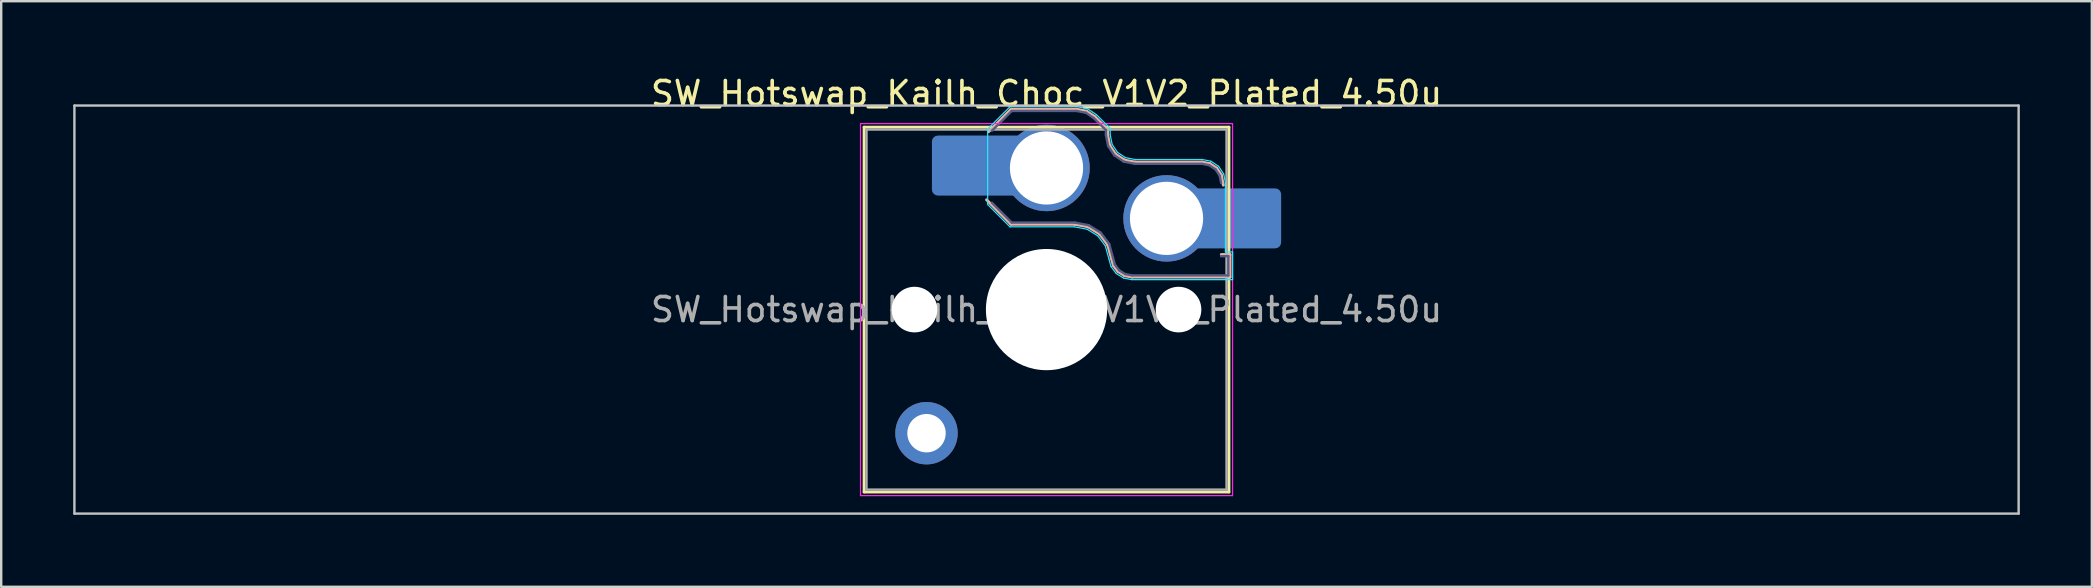
<source format=kicad_pcb>
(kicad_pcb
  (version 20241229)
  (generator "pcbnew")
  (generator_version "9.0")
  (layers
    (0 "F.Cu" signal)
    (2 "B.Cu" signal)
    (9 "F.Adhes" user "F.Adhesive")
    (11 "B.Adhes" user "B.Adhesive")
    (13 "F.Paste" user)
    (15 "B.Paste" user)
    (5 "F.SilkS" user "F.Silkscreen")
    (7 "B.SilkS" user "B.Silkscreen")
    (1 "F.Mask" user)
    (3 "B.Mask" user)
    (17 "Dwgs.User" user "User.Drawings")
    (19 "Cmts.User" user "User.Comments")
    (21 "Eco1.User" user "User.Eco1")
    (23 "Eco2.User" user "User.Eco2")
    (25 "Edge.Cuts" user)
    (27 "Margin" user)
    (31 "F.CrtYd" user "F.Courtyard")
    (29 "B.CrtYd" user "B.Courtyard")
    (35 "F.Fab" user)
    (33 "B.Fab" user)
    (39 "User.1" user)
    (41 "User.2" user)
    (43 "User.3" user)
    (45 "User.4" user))
  (footprint "SW_Hotswap_Kailh_Choc_V1V2_Plated_4.50u"
    (layer "F.Cu")
    (at 40.55 9.848)
    (property "Reference" "SW_Hotswap_Kailh_Choc_V1V2_Plated_4.50u" (at 0 -9 0) (layer "F.SilkS") (effects (font (size 1 1) (thickness 0.15))))
    (attr smd)
    (fp_line (start -7.6 -7.6) (end -7.6 7.6) (stroke (width 0.12) (type solid)) (layer "F.SilkS"))
    (fp_line (start -7.6 7.6) (end 7.6 7.6) (stroke (width 0.12) (type solid)) (layer "F.SilkS"))
    (fp_line (start 7.6 -7.6) (end -7.6 -7.6) (stroke (width 0.12) (type solid)) (layer "F.SilkS"))
    (fp_line (start 7.6 7.6) (end 7.6 -7.6) (stroke (width 0.12) (type solid)) (layer "F.SilkS"))
    (fp_line (start -2.416 -7.409) (end -1.479 -8.346) (stroke (width 0.12) (type solid)) (layer "B.SilkS"))
    (fp_line (start -1.479 -8.346) (end 1.268 -8.346) (stroke (width 0.12) (type solid)) (layer "B.SilkS"))
    (fp_line (start -1.479 -3.554) (end -2.5 -4.575) (stroke (width 0.12) (type solid)) (layer "B.SilkS"))
    (fp_line (start 1.168 -3.554) (end -1.479 -3.554) (stroke (width 0.12) (type solid)) (layer "B.SilkS"))
    (fp_line (start 1.268 -8.346) (end 1.671 -8.266) (stroke (width 0.12) (type solid)) (layer "B.SilkS"))
    (fp_line (start 1.671 -8.266) (end 2.013 -8.037) (stroke (width 0.12) (type solid)) (layer "B.SilkS"))
    (fp_line (start 1.73 -3.449) (end 1.168 -3.554) (stroke (width 0.12) (type solid)) (layer "B.SilkS"))
    (fp_line (start 2.013 -8.037) (end 2.546 -7.504) (stroke (width 0.12) (type solid)) (layer "B.SilkS"))
    (fp_line (start 2.209 -3.15) (end 1.73 -3.449) (stroke (width 0.12) (type solid)) (layer "B.SilkS"))
    (fp_line (start 2.546 -7.504) (end 2.546 -7.282) (stroke (width 0.12) (type solid)) (layer "B.SilkS"))
    (fp_line (start 2.546 -7.282) (end 2.633 -6.844) (stroke (width 0.12) (type solid)) (layer "B.SilkS"))
    (fp_line (start 2.547 -2.697) (end 2.209 -3.15) (stroke (width 0.12) (type solid)) (layer "B.SilkS"))
    (fp_line (start 2.633 -6.844) (end 2.877 -6.477) (stroke (width 0.12) (type solid)) (layer "B.SilkS"))
    (fp_line (start 2.701 -2.139) (end 2.547 -2.697) (stroke (width 0.12) (type solid)) (layer "B.SilkS"))
    (fp_line (start 2.783 -1.841) (end 2.701 -2.139) (stroke (width 0.12) (type solid)) (layer "B.SilkS"))
    (fp_line (start 2.877 -6.477) (end 3.244 -6.233) (stroke (width 0.12) (type solid)) (layer "B.SilkS"))
    (fp_line (start 2.976 -1.583) (end 2.783 -1.841) (stroke (width 0.12) (type solid)) (layer "B.SilkS"))
    (fp_line (start 3.244 -6.233) (end 3.682 -6.146) (stroke (width 0.12) (type solid)) (layer "B.SilkS"))
    (fp_line (start 3.25 -1.413) (end 2.976 -1.583) (stroke (width 0.12) (type solid)) (layer "B.SilkS"))
    (fp_line (start 3.56 -1.354) (end 3.25 -1.413) (stroke (width 0.12) (type solid)) (layer "B.SilkS"))
    (fp_line (start 3.682 -6.146) (end 6.482 -6.146) (stroke (width 0.12) (type solid)) (layer "B.SilkS"))
    (fp_line (start 6.482 -6.146) (end 6.809 -6.081) (stroke (width 0.12) (type solid)) (layer "B.SilkS"))
    (fp_line (start 6.809 -6.081) (end 7.092 -5.892) (stroke (width 0.12) (type solid)) (layer "B.SilkS"))
    (fp_line (start 7.092 -5.892) (end 7.281 -5.609) (stroke (width 0.12) (type solid)) (layer "B.SilkS"))
    (fp_line (start 7.281 -5.609) (end 7.366 -5.182) (stroke (width 0.12) (type solid)) (layer "B.SilkS"))
    (fp_line (start 7.283 -2.296) (end 7.646 -2.296) (stroke (width 0.12) (type solid)) (layer "B.SilkS"))
    (fp_line (start 7.646 -2.296) (end 7.646 -1.354) (stroke (width 0.12) (type solid)) (layer "B.SilkS"))
    (fp_line (start 7.646 -1.354) (end 3.56 -1.354) (stroke (width 0.12) (type solid)) (layer "B.SilkS"))
    (fp_line (start -40.5 -8.5) (end -40.5 8.5) (stroke (width 0.1) (type solid)) (layer "Dwgs.User"))
    (fp_line (start -40.5 8.5) (end 40.5 8.5) (stroke (width 0.1) (type solid)) (layer "Dwgs.User"))
    (fp_line (start 40.5 -8.5) (end -40.5 -8.5) (stroke (width 0.1) (type solid)) (layer "Dwgs.User"))
    (fp_line (start 40.5 8.5) (end 40.5 -8.5) (stroke (width 0.1) (type solid)) (layer "Dwgs.User"))
    (fp_line (start -7.25 -7.25) (end -7.25 7.25) (stroke (width 0.1) (type solid)) (layer "Eco1.User"))
    (fp_line (start -7.25 7.25) (end 7.25 7.25) (stroke (width 0.1) (type solid)) (layer "Eco1.User"))
    (fp_line (start 7.25 -7.25) (end -7.25 -7.25) (stroke (width 0.1) (type solid)) (layer "Eco1.User"))
    (fp_line (start 7.25 7.25) (end 7.25 -7.25) (stroke (width 0.1) (type solid)) (layer "Eco1.User"))
    (fp_line (start -2.452 -7.523) (end -1.523 -8.452) (stroke (width 0.05) (type solid)) (layer "B.CrtYd"))
    (fp_line (start -2.452 -4.377) (end -2.452 -7.523) (stroke (width 0.05) (type solid)) (layer "B.CrtYd"))
    (fp_line (start -1.523 -8.452) (end 1.278 -8.452) (stroke (width 0.05) (type solid)) (layer "B.CrtYd"))
    (fp_line (start -1.523 -3.448) (end -2.452 -4.377) (stroke (width 0.05) (type solid)) (layer "B.CrtYd"))
    (fp_line (start 1.159 -3.448) (end -1.523 -3.448) (stroke (width 0.05) (type solid)) (layer "B.CrtYd"))
    (fp_line (start 1.278 -8.452) (end 1.712 -8.366) (stroke (width 0.05) (type solid)) (layer "B.CrtYd"))
    (fp_line (start 1.691 -3.348) (end 1.159 -3.448) (stroke (width 0.05) (type solid)) (layer "B.CrtYd"))
    (fp_line (start 1.712 -8.366) (end 2.081 -8.119) (stroke (width 0.05) (type solid)) (layer "B.CrtYd"))
    (fp_line (start 2.081 -8.119) (end 2.652 -7.548) (stroke (width 0.05) (type solid)) (layer "B.CrtYd"))
    (fp_line (start 2.136 -3.071) (end 1.691 -3.348) (stroke (width 0.05) (type solid)) (layer "B.CrtYd"))
    (fp_line (start 2.45 -2.65) (end 2.136 -3.071) (stroke (width 0.05) (type solid)) (layer "B.CrtYd"))
    (fp_line (start 2.599 -2.111) (end 2.45 -2.65) (stroke (width 0.05) (type solid)) (layer "B.CrtYd"))
    (fp_line (start 2.652 -7.548) (end 2.652 -7.292) (stroke (width 0.05) (type solid)) (layer "B.CrtYd"))
    (fp_line (start 2.652 -7.292) (end 2.733 -6.885) (stroke (width 0.05) (type solid)) (layer "B.CrtYd"))
    (fp_line (start 2.687 -1.794) (end 2.599 -2.111) (stroke (width 0.05) (type solid)) (layer "B.CrtYd"))
    (fp_line (start 2.733 -6.885) (end 2.953 -6.553) (stroke (width 0.05) (type solid)) (layer "B.CrtYd"))
    (fp_line (start 2.903 -1.503) (end 2.687 -1.794) (stroke (width 0.05) (type solid)) (layer "B.CrtYd"))
    (fp_line (start 2.953 -6.553) (end 3.285 -6.333) (stroke (width 0.05) (type solid)) (layer "B.CrtYd"))
    (fp_line (start 3.211 -1.312) (end 2.903 -1.503) (stroke (width 0.05) (type solid)) (layer "B.CrtYd"))
    (fp_line (start 3.285 -6.333) (end 3.692 -6.252) (stroke (width 0.05) (type solid)) (layer "B.CrtYd"))
    (fp_line (start 3.55 -1.248) (end 3.211 -1.312) (stroke (width 0.05) (type solid)) (layer "B.CrtYd"))
    (fp_line (start 3.692 -6.252) (end 6.492 -6.252) (stroke (width 0.05) (type solid)) (layer "B.CrtYd"))
    (fp_line (start 6.492 -6.252) (end 6.85 -6.181) (stroke (width 0.05) (type solid)) (layer "B.CrtYd"))
    (fp_line (start 6.85 -6.181) (end 7.168 -5.968) (stroke (width 0.05) (type solid)) (layer "B.CrtYd"))
    (fp_line (start 7.168 -5.968) (end 7.381 -5.65) (stroke (width 0.05) (type solid)) (layer "B.CrtYd"))
    (fp_line (start 7.381 -5.65) (end 7.452 -5.292) (stroke (width 0.05) (type solid)) (layer "B.CrtYd"))
    (fp_line (start 7.452 -5.292) (end 7.452 -2.402) (stroke (width 0.05) (type solid)) (layer "B.CrtYd"))
    (fp_line (start 7.452 -2.402) (end 7.752 -2.402) (stroke (width 0.05) (type solid)) (layer "B.CrtYd"))
    (fp_line (start 7.752 -2.402) (end 7.752 -1.248) (stroke (width 0.05) (type solid)) (layer "B.CrtYd"))
    (fp_line (start 7.752 -1.248) (end 3.55 -1.248) (stroke (width 0.05) (type solid)) (layer "B.CrtYd"))
    (fp_line (start -7.75 -7.75) (end -7.75 7.75) (stroke (width 0.05) (type solid)) (layer "F.CrtYd"))
    (fp_line (start -7.75 7.75) (end 7.75 7.75) (stroke (width 0.05) (type solid)) (layer "F.CrtYd"))
    (fp_line (start 7.75 -7.75) (end -7.75 -7.75) (stroke (width 0.05) (type solid)) (layer "F.CrtYd"))
    (fp_line (start 7.75 7.75) (end 7.75 -7.75) (stroke (width 0.05) (type solid)) (layer "F.CrtYd"))
    (fp_line (start -2.275 -7.45) (end -1.45 -8.275) (stroke (width 0.1) (type solid)) (layer "B.Fab"))
    (fp_line (start -1.45 -8.275) (end 1.261 -8.275) (stroke (width 0.1) (type solid)) (layer "B.Fab"))
    (fp_line (start -1.45 -3.625) (end -2.275 -4.45) (stroke (width 0.1) (type solid)) (layer "B.Fab"))
    (fp_line (start 1.175 -3.625) (end -1.45 -3.625) (stroke (width 0.1) (type solid)) (layer "B.Fab"))
    (fp_line (start 1.261 -8.275) (end 1.643 -8.199) (stroke (width 0.1) (type solid)) (layer "B.Fab"))
    (fp_line (start 1.643 -8.199) (end 1.968 -7.982) (stroke (width 0.1) (type solid)) (layer "B.Fab"))
    (fp_line (start 1.756 -3.516) (end 1.175 -3.625) (stroke (width 0.1) (type solid)) (layer "B.Fab"))
    (fp_line (start 1.968 -7.982) (end 2.475 -7.475) (stroke (width 0.1) (type solid)) (layer "B.Fab"))
    (fp_line (start 2.258 -3.203) (end 1.756 -3.516) (stroke (width 0.1) (type solid)) (layer "B.Fab"))
    (fp_line (start 2.475 -7.475) (end 2.475 -7.275) (stroke (width 0.1) (type solid)) (layer "B.Fab"))
    (fp_line (start 2.475 -7.275) (end 2.566 -6.816) (stroke (width 0.1) (type solid)) (layer "B.Fab"))
    (fp_line (start 2.566 -6.816) (end 2.826 -6.426) (stroke (width 0.1) (type solid)) (layer "B.Fab"))
    (fp_line (start 2.612 -2.729) (end 2.258 -3.203) (stroke (width 0.1) (type solid)) (layer "B.Fab"))
    (fp_line (start 2.769 -2.158) (end 2.612 -2.729) (stroke (width 0.1) (type solid)) (layer "B.Fab"))
    (fp_line (start 2.826 -6.426) (end 3.216 -6.166) (stroke (width 0.1) (type solid)) (layer "B.Fab"))
    (fp_line (start 2.848 -1.873) (end 2.769 -2.158) (stroke (width 0.1) (type solid)) (layer "B.Fab"))
    (fp_line (start 3.025 -1.636) (end 2.848 -1.873) (stroke (width 0.1) (type solid)) (layer "B.Fab"))
    (fp_line (start 3.216 -6.166) (end 3.675 -6.075) (stroke (width 0.1) (type solid)) (layer "B.Fab"))
    (fp_line (start 3.276 -1.48) (end 3.025 -1.636) (stroke (width 0.1) (type solid)) (layer "B.Fab"))
    (fp_line (start 3.567 -1.425) (end 3.276 -1.48) (stroke (width 0.1) (type solid)) (layer "B.Fab"))
    (fp_line (start 3.675 -6.075) (end 6.475 -6.075) (stroke (width 0.1) (type solid)) (layer "B.Fab"))
    (fp_line (start 6.475 -6.075) (end 6.781 -6.014) (stroke (width 0.1) (type solid)) (layer "B.Fab"))
    (fp_line (start 6.781 -6.014) (end 7.041 -5.841) (stroke (width 0.1) (type solid)) (layer "B.Fab"))
    (fp_line (start 7.041 -5.841) (end 7.214 -5.581) (stroke (width 0.1) (type solid)) (layer "B.Fab"))
    (fp_line (start 7.214 -5.581) (end 7.275 -5.275) (stroke (width 0.1) (type solid)) (layer "B.Fab"))
    (fp_line (start 7.275 -2.225) (end 7.575 -2.225) (stroke (width 0.1) (type solid)) (layer "B.Fab"))
    (fp_line (start 7.575 -2.225) (end 7.575 -1.425) (stroke (width 0.1) (type solid)) (layer "B.Fab"))
    (fp_line (start 7.575 -1.425) (end 3.567 -1.425) (stroke (width 0.1) (type solid)) (layer "B.Fab"))
    (fp_line (start -7.5 -7.5) (end -7.5 7.5) (stroke (width 0.1) (type solid)) (layer "F.Fab"))
    (fp_line (start -7.5 7.5) (end 7.5 7.5) (stroke (width 0.1) (type solid)) (layer "F.Fab"))
    (fp_line (start 7.5 -7.5) (end -7.5 -7.5) (stroke (width 0.1) (type solid)) (layer "F.Fab"))
    (fp_line (start 7.5 7.5) (end 7.5 -7.5) (stroke (width 0.1) (type solid)) (layer "F.Fab"))
    (fp_text user "${REFERENCE}" (at 0 0 0) (layer "F.Fab") (effects (font (size 1 1) (thickness 0.15))))
    (pad "" np_thru_hole circle (at -5.5 0) (size 1.9 1.9) (drill 1.9) (layers "*.Cu" "*.Mask"))
    (pad "" thru_hole circle (at -5 5.15) (size 2.6 2.6) (drill 1.6) (layers "*.Cu" "*.Mask"))
    (pad "" smd roundrect (at -3.5 -6) (size 2.55 2.5) (layers "B.Mask" "B.Paste") (roundrect_rratio 0.1))
    (pad "" np_thru_hole circle (at 0 0) (size 5.05 5.05) (drill 5.05) (layers "*.Cu" "*.Mask"))
    (pad "" np_thru_hole circle (at 5.5 0) (size 1.9 1.9) (drill 1.9) (layers "*.Cu" "*.Mask"))
    (pad "" smd roundrect (at 8.5 -3.8) (size 2.55 2.5) (layers "B.Mask" "B.Paste") (roundrect_rratio 0.1))
    (pad "1" smd roundrect (at -2.85 -6) (size 3.85 2.5) (layers "B.Cu") (roundrect_rratio 0.1))
    (pad "1" thru_hole circle (at 0 -5.9) (size 3.6 3.6) (drill 3.05) (layers "*.Cu" "*.Mask"))
    (pad "2" thru_hole circle (at 5 -3.8) (size 3.6 3.6) (drill 3.05) (layers "*.Cu" "*.Mask"))
    (pad "2" smd roundrect (at 7.85 -3.8) (size 3.85 2.5) (layers "B.Cu") (roundrect_rratio 0.1)))
  (gr_rect
    (start -3 -3)
    (end 84.1 21.398)
    (stroke (width 0.1) (type default))
    (fill no)
    (layer "Edge.Cuts")))
</source>
